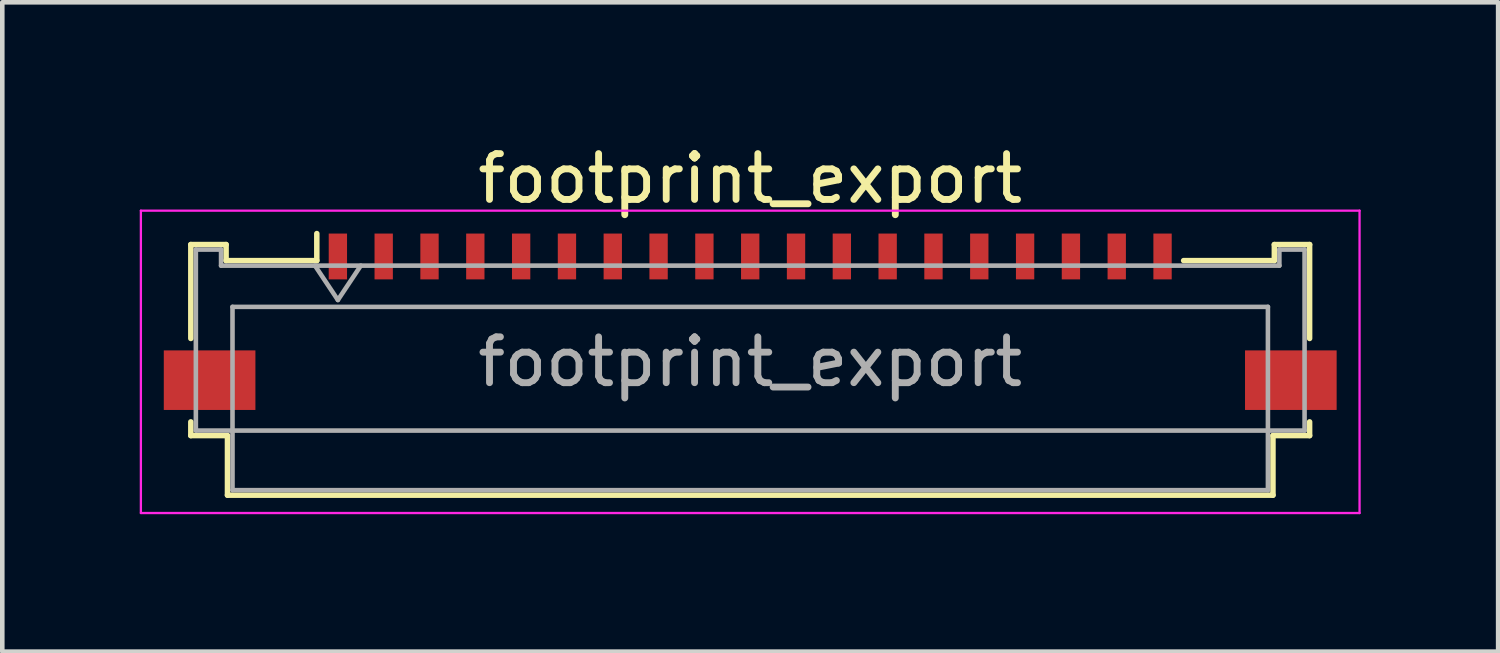
<source format=kicad_pcb>
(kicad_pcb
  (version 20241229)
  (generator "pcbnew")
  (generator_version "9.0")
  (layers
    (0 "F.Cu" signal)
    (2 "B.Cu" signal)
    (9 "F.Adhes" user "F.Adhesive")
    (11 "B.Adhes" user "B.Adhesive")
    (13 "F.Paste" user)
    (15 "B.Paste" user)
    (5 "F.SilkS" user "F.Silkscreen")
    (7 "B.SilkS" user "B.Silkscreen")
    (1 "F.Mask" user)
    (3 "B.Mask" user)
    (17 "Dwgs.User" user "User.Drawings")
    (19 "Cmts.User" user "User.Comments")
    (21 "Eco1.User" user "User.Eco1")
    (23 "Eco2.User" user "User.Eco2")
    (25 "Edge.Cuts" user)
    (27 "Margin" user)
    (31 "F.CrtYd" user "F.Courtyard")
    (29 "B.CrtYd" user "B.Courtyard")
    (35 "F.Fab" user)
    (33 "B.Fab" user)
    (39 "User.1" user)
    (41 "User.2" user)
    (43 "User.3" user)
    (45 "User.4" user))
  (footprint "footprint_export"
    (layer "F.Cu")
    (at 13.325 3.458)
    (property "Reference" "footprint_export" (at 0 -2.61 0) (layer "F.SilkS") (effects (font (size 1 1) (thickness 0.15))))
    (attr smd)
    (fp_line (start -12.21 -1.17) (end -12.21 0.88) (stroke (width 0.12) (type solid)) (layer "F.SilkS"))
    (fp_line (start -12.21 2.7) (end -12.21 3) (stroke (width 0.12) (type solid)) (layer "F.SilkS"))
    (fp_line (start -12.21 3) (end -11.41 3) (stroke (width 0.12) (type solid)) (layer "F.SilkS"))
    (fp_line (start -11.44 -1.17) (end -12.21 -1.17) (stroke (width 0.12) (type solid)) (layer "F.SilkS"))
    (fp_line (start -11.44 -0.82) (end -11.44 -1.17) (stroke (width 0.12) (type solid)) (layer "F.SilkS"))
    (fp_line (start -11.41 3) (end -11.41 4.3) (stroke (width 0.12) (type solid)) (layer "F.SilkS"))
    (fp_line (start -11.41 4.3) (end 11.41 4.3) (stroke (width 0.12) (type solid)) (layer "F.SilkS"))
    (fp_line (start -9.46 -1.41) (end -9.46 -0.82) (stroke (width 0.12) (type solid)) (layer "F.SilkS"))
    (fp_line (start -9.46 -0.82) (end -11.44 -0.82) (stroke (width 0.12) (type solid)) (layer "F.SilkS"))
    (fp_line (start 11.41 3) (end 12.21 3) (stroke (width 0.12) (type solid)) (layer "F.SilkS"))
    (fp_line (start 11.41 4.3) (end 11.41 3) (stroke (width 0.12) (type solid)) (layer "F.SilkS"))
    (fp_line (start 11.44 -1.17) (end 11.44 -0.82) (stroke (width 0.12) (type solid)) (layer "F.SilkS"))
    (fp_line (start 11.44 -0.82) (end 9.46 -0.82) (stroke (width 0.12) (type solid)) (layer "F.SilkS"))
    (fp_line (start 12.21 -1.17) (end 11.44 -1.17) (stroke (width 0.12) (type solid)) (layer "F.SilkS"))
    (fp_line (start 12.21 0.88) (end 12.21 -1.17) (stroke (width 0.12) (type solid)) (layer "F.SilkS"))
    (fp_line (start 12.21 3) (end 12.21 2.7) (stroke (width 0.12) (type solid)) (layer "F.SilkS"))
    (fp_line (start -13.3 -1.91) (end -13.3 4.69) (stroke (width 0.05) (type solid)) (layer "F.CrtYd"))
    (fp_line (start -13.3 4.69) (end 13.3 4.69) (stroke (width 0.05) (type solid)) (layer "F.CrtYd"))
    (fp_line (start 13.3 -1.91) (end -13.3 -1.91) (stroke (width 0.05) (type solid)) (layer "F.CrtYd"))
    (fp_line (start 13.3 4.69) (end 13.3 -1.91) (stroke (width 0.05) (type solid)) (layer "F.CrtYd"))
    (fp_line (start -12.1 -1.06) (end -12.1 2.89) (stroke (width 0.1) (type solid)) (layer "F.Fab"))
    (fp_line (start -12.1 2.89) (end 12.1 2.89) (stroke (width 0.1) (type solid)) (layer "F.Fab"))
    (fp_line (start -11.55 -1.06) (end -12.1 -1.06) (stroke (width 0.1) (type solid)) (layer "F.Fab"))
    (fp_line (start -11.55 -0.71) (end -11.55 -1.06) (stroke (width 0.1) (type solid)) (layer "F.Fab"))
    (fp_line (start -11.3 0.19) (end -11.3 4.19) (stroke (width 0.1) (type solid)) (layer "F.Fab"))
    (fp_line (start -11.3 4.19) (end 11.3 4.19) (stroke (width 0.1) (type solid)) (layer "F.Fab"))
    (fp_line (start -9.5 -0.71) (end -9 0.04) (stroke (width 0.1) (type solid)) (layer "F.Fab"))
    (fp_line (start -9 0.04) (end -8.5 -0.71) (stroke (width 0.1) (type solid)) (layer "F.Fab"))
    (fp_line (start 11.3 0.19) (end -11.3 0.19) (stroke (width 0.1) (type solid)) (layer "F.Fab"))
    (fp_line (start 11.3 4.19) (end 11.3 0.19) (stroke (width 0.1) (type solid)) (layer "F.Fab"))
    (fp_line (start 11.55 -1.06) (end 11.55 -0.71) (stroke (width 0.1) (type solid)) (layer "F.Fab"))
    (fp_line (start 11.55 -0.71) (end -11.55 -0.71) (stroke (width 0.1) (type solid)) (layer "F.Fab"))
    (fp_line (start 12.1 -1.06) (end 11.55 -1.06) (stroke (width 0.1) (type solid)) (layer "F.Fab"))
    (fp_line (start 12.1 2.89) (end 12.1 -1.06) (stroke (width 0.1) (type solid)) (layer "F.Fab"))
    (fp_text user "${REFERENCE}" (at 0 1.39 0) (layer "F.Fab") (effects (font (size 1 1) (thickness 0.15))))
    (pad "1" smd rect (at -9 -0.91) (size 0.4 1) (layers "F.Cu" "F.Mask" "F.Paste"))
    (pad "2" smd rect (at -8 -0.91) (size 0.4 1) (layers "F.Cu" "F.Mask" "F.Paste"))
    (pad "3" smd rect (at -7 -0.91) (size 0.4 1) (layers "F.Cu" "F.Mask" "F.Paste"))
    (pad "4" smd rect (at -6 -0.91) (size 0.4 1) (layers "F.Cu" "F.Mask" "F.Paste"))
    (pad "5" smd rect (at -5 -0.91) (size 0.4 1) (layers "F.Cu" "F.Mask" "F.Paste"))
    (pad "6" smd rect (at -4 -0.91) (size 0.4 1) (layers "F.Cu" "F.Mask" "F.Paste"))
    (pad "7" smd rect (at -3 -0.91) (size 0.4 1) (layers "F.Cu" "F.Mask" "F.Paste"))
    (pad "8" smd rect (at -2 -0.91) (size 0.4 1) (layers "F.Cu" "F.Mask" "F.Paste"))
    (pad "9" smd rect (at -1 -0.91) (size 0.4 1) (layers "F.Cu" "F.Mask" "F.Paste"))
    (pad "10" smd rect (at 0 -0.91) (size 0.4 1) (layers "F.Cu" "F.Mask" "F.Paste"))
    (pad "11" smd rect (at 1 -0.91) (size 0.4 1) (layers "F.Cu" "F.Mask" "F.Paste"))
    (pad "12" smd rect (at 2 -0.91) (size 0.4 1) (layers "F.Cu" "F.Mask" "F.Paste"))
    (pad "13" smd rect (at 3 -0.91) (size 0.4 1) (layers "F.Cu" "F.Mask" "F.Paste"))
    (pad "14" smd rect (at 4 -0.91) (size 0.4 1) (layers "F.Cu" "F.Mask" "F.Paste"))
    (pad "15" smd rect (at 5 -0.91) (size 0.4 1) (layers "F.Cu" "F.Mask" "F.Paste"))
    (pad "16" smd rect (at 6 -0.91) (size 0.4 1) (layers "F.Cu" "F.Mask" "F.Paste"))
    (pad "17" smd rect (at 7 -0.91) (size 0.4 1) (layers "F.Cu" "F.Mask" "F.Paste"))
    (pad "18" smd rect (at 8 -0.91) (size 0.4 1) (layers "F.Cu" "F.Mask" "F.Paste"))
    (pad "19" smd rect (at 9 -0.91) (size 0.4 1) (layers "F.Cu" "F.Mask" "F.Paste"))
    (pad "MP" smd rect (at -11.8 1.79) (size 2 1.3) (layers "F.Cu" "F.Mask" "F.Paste"))
    (pad "MP" smd rect (at 11.8 1.79) (size 2 1.3) (layers "F.Cu" "F.Mask" "F.Paste")))
  (gr_rect
    (start -3 -3)
    (end 29.65 11.173)
    (stroke (width 0.1) (type default))
    (fill no)
    (layer "Edge.Cuts")))
</source>
